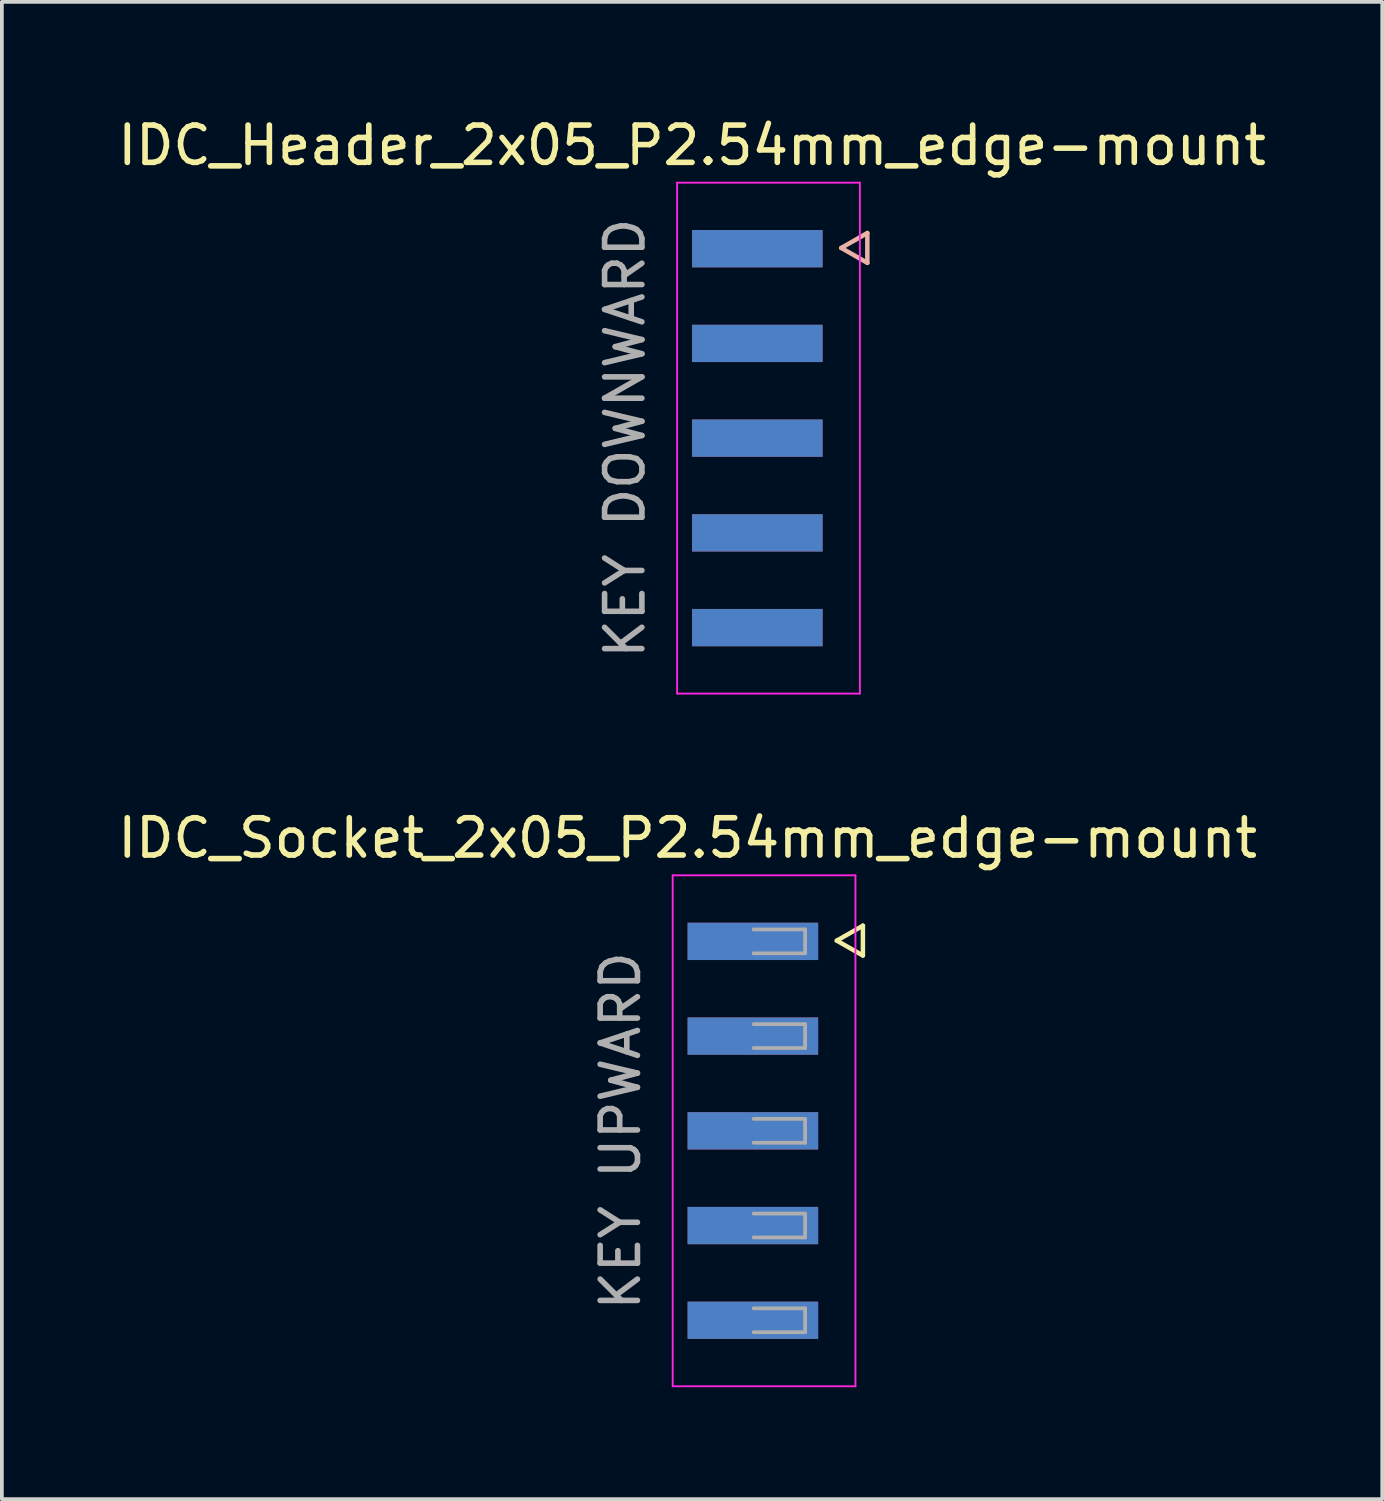
<source format=kicad_pcb>
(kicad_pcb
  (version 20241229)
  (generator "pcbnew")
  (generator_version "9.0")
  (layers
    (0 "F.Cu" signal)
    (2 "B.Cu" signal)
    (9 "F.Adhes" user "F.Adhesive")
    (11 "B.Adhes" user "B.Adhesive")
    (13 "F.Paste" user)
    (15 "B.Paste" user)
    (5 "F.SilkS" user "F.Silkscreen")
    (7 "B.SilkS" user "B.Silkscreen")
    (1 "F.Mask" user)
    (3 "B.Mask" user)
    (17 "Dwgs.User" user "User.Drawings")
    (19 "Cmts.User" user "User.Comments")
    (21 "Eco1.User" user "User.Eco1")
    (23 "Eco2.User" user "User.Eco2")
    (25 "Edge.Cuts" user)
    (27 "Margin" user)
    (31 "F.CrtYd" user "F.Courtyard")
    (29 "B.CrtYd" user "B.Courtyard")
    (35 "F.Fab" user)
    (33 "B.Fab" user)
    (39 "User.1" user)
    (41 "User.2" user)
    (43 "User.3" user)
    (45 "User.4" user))
  (footprint "IDC_Socket_2x05_P2.54mm_edge-mount"
    (layer "F.Cu")
    (at 15.387 27.271)
    (property "Reference" "IDC_Socket_2x05_P2.54mm_edge-mount" (at 0 -7.85 0) (layer "F.SilkS") (effects (font (size 1 1) (thickness 0.15))))
    (attr smd)
    (fp_line (start 4 -5.1) (end 4.7 -5.5) (stroke (width 0.12) (type solid)) (layer "F.SilkS"))
    (fp_line (start 4.7 -5.5) (end 4.7 -4.7) (stroke (width 0.12) (type solid)) (layer "F.SilkS"))
    (fp_line (start 4.7 -4.7) (end 4 -5.1) (stroke (width 0.12) (type solid)) (layer "F.SilkS"))
    (fp_line (start -0.4 -6.85) (end 4.5 -6.85) (stroke (width 0.05) (type solid)) (layer "F.CrtYd"))
    (fp_line (start -0.4 6.85) (end -0.4 -6.85) (stroke (width 0.05) (type solid)) (layer "F.CrtYd"))
    (fp_line (start 4.5 -6.85) (end 4.5 6.85) (stroke (width 0.05) (type solid)) (layer "F.CrtYd"))
    (fp_line (start 4.5 6.85) (end -0.4 6.85) (stroke (width 0.05) (type solid)) (layer "F.CrtYd"))
    (fp_line (start 1.77 -5.4) (end 3.15 -5.4) (stroke (width 0.1) (type solid)) (layer "F.Fab"))
    (fp_line (start 1.77 -2.86) (end 3.15 -2.86) (stroke (width 0.1) (type solid)) (layer "F.Fab"))
    (fp_line (start 1.77 -0.32) (end 3.15 -0.32) (stroke (width 0.1) (type solid)) (layer "F.Fab"))
    (fp_line (start 1.77 2.22) (end 3.15 2.22) (stroke (width 0.1) (type solid)) (layer "F.Fab"))
    (fp_line (start 1.77 4.76) (end 3.15 4.76) (stroke (width 0.1) (type solid)) (layer "F.Fab"))
    (fp_line (start 3.15 -5.4) (end 3.15 -4.76) (stroke (width 0.1) (type solid)) (layer "F.Fab"))
    (fp_line (start 3.15 -4.76) (end 1.77 -4.76) (stroke (width 0.1) (type solid)) (layer "F.Fab"))
    (fp_line (start 3.15 -2.86) (end 3.15 -2.22) (stroke (width 0.1) (type solid)) (layer "F.Fab"))
    (fp_line (start 3.15 -2.22) (end 1.77 -2.22) (stroke (width 0.1) (type solid)) (layer "F.Fab"))
    (fp_line (start 3.15 -0.32) (end 3.15 0.32) (stroke (width 0.1) (type solid)) (layer "F.Fab"))
    (fp_line (start 3.15 0.32) (end 1.77 0.32) (stroke (width 0.1) (type solid)) (layer "F.Fab"))
    (fp_line (start 3.15 2.22) (end 3.15 2.86) (stroke (width 0.1) (type solid)) (layer "F.Fab"))
    (fp_line (start 3.15 2.86) (end 1.77 2.86) (stroke (width 0.1) (type solid)) (layer "F.Fab"))
    (fp_line (start 3.15 4.76) (end 3.15 5.4) (stroke (width 0.1) (type solid)) (layer "F.Fab"))
    (fp_line (start 3.15 5.4) (end 1.77 5.4) (stroke (width 0.1) (type solid)) (layer "F.Fab"))
    (fp_text user "KEY UPWARD" (at -1.8 0 90) (layer "F.Fab") (effects (font (size 1 1) (thickness 0.15))))
    (pad "1" smd rect (at 1.75 -5.08) (size 3.5 1) (layers "F.Cu" "F.Mask" "F.Paste"))
    (pad "2" smd rect (at 1.75 -5.08) (size 3.5 1) (layers "B.Cu" "B.Mask" "B.Paste"))
    (pad "3" smd rect (at 1.75 -2.54) (size 3.5 1) (layers "F.Cu" "F.Mask" "F.Paste"))
    (pad "4" smd rect (at 1.75 -2.54) (size 3.5 1) (layers "B.Cu" "B.Mask" "B.Paste"))
    (pad "5" smd rect (at 1.75 0) (size 3.5 1) (layers "F.Cu" "F.Mask" "F.Paste"))
    (pad "6" smd rect (at 1.75 0) (size 3.5 1) (layers "B.Cu" "B.Mask" "B.Paste"))
    (pad "7" smd rect (at 1.75 2.54) (size 3.5 1) (layers "F.Cu" "F.Mask" "F.Paste"))
    (pad "8" smd rect (at 1.75 2.54) (size 3.5 1) (layers "B.Cu" "B.Mask" "B.Paste"))
    (pad "9" smd rect (at 1.75 5.08) (size 3.5 1) (layers "F.Cu" "F.Mask" "F.Paste"))
    (pad "10" smd rect (at 1.75 5.08) (size 3.5 1) (layers "B.Cu" "B.Mask" "B.Paste")))
  (footprint "IDC_Header_2x05_P2.54mm_edge-mount"
    (layer "F.Cu")
    (at 15.506 8.698)
    (property "Reference" "IDC_Header_2x05_P2.54mm_edge-mount" (at 0 -7.85 0) (layer "F.SilkS") (effects (font (size 1 1) (thickness 0.15))))
    (attr smd)
    (fp_line (start 4 -5.1) (end 4.7 -5.5) (stroke (width 0.12) (type solid)) (layer "B.SilkS"))
    (fp_line (start 4.7 -5.5) (end 4.7 -4.7) (stroke (width 0.12) (type solid)) (layer "B.SilkS"))
    (fp_line (start 4.7 -4.7) (end 4 -5.1) (stroke (width 0.12) (type solid)) (layer "B.SilkS"))
    (fp_line (start -0.4 -6.85) (end 4.5 -6.85) (stroke (width 0.05) (type solid)) (layer "F.CrtYd"))
    (fp_line (start -0.4 6.85) (end -0.4 -6.85) (stroke (width 0.05) (type solid)) (layer "F.CrtYd"))
    (fp_line (start 4.5 -6.85) (end 4.5 6.85) (stroke (width 0.05) (type solid)) (layer "F.CrtYd"))
    (fp_line (start 4.5 6.85) (end -0.4 6.85) (stroke (width 0.05) (type solid)) (layer "F.CrtYd"))
    (fp_text user "KEY DOWNWARD" (at -1.8 0 90) (layer "F.Fab") (effects (font (size 1 1) (thickness 0.15))))
    (pad "1" smd rect (at 1.75 -5.08) (size 3.5 1) (layers "B.Cu" "B.Mask" "B.Paste"))
    (pad "2" smd rect (at 1.75 -5.08) (size 3.5 1) (layers "F.Cu" "F.Mask" "F.Paste"))
    (pad "3" smd rect (at 1.75 -2.54) (size 3.5 1) (layers "B.Cu" "B.Mask" "B.Paste"))
    (pad "4" smd rect (at 1.75 -2.54) (size 3.5 1) (layers "F.Cu" "F.Mask" "F.Paste"))
    (pad "5" smd rect (at 1.75 0) (size 3.5 1) (layers "B.Cu" "B.Mask" "B.Paste"))
    (pad "6" smd rect (at 1.75 0) (size 3.5 1) (layers "F.Cu" "F.Mask" "F.Paste"))
    (pad "7" smd rect (at 1.75 2.54) (size 3.5 1) (layers "B.Cu" "B.Mask" "B.Paste"))
    (pad "8" smd rect (at 1.75 2.54) (size 3.5 1) (layers "F.Cu" "F.Mask" "F.Paste"))
    (pad "9" smd rect (at 1.75 5.08) (size 3.5 1) (layers "B.Cu" "B.Mask" "B.Paste"))
    (pad "10" smd rect (at 1.75 5.08) (size 3.5 1) (layers "F.Cu" "F.Mask" "F.Paste")))
  (gr_rect
    (start -3 -3)
    (end 34.012 37.147)
    (stroke (width 0.1) (type default))
    (fill no)
    (layer "Edge.Cuts")))
</source>
